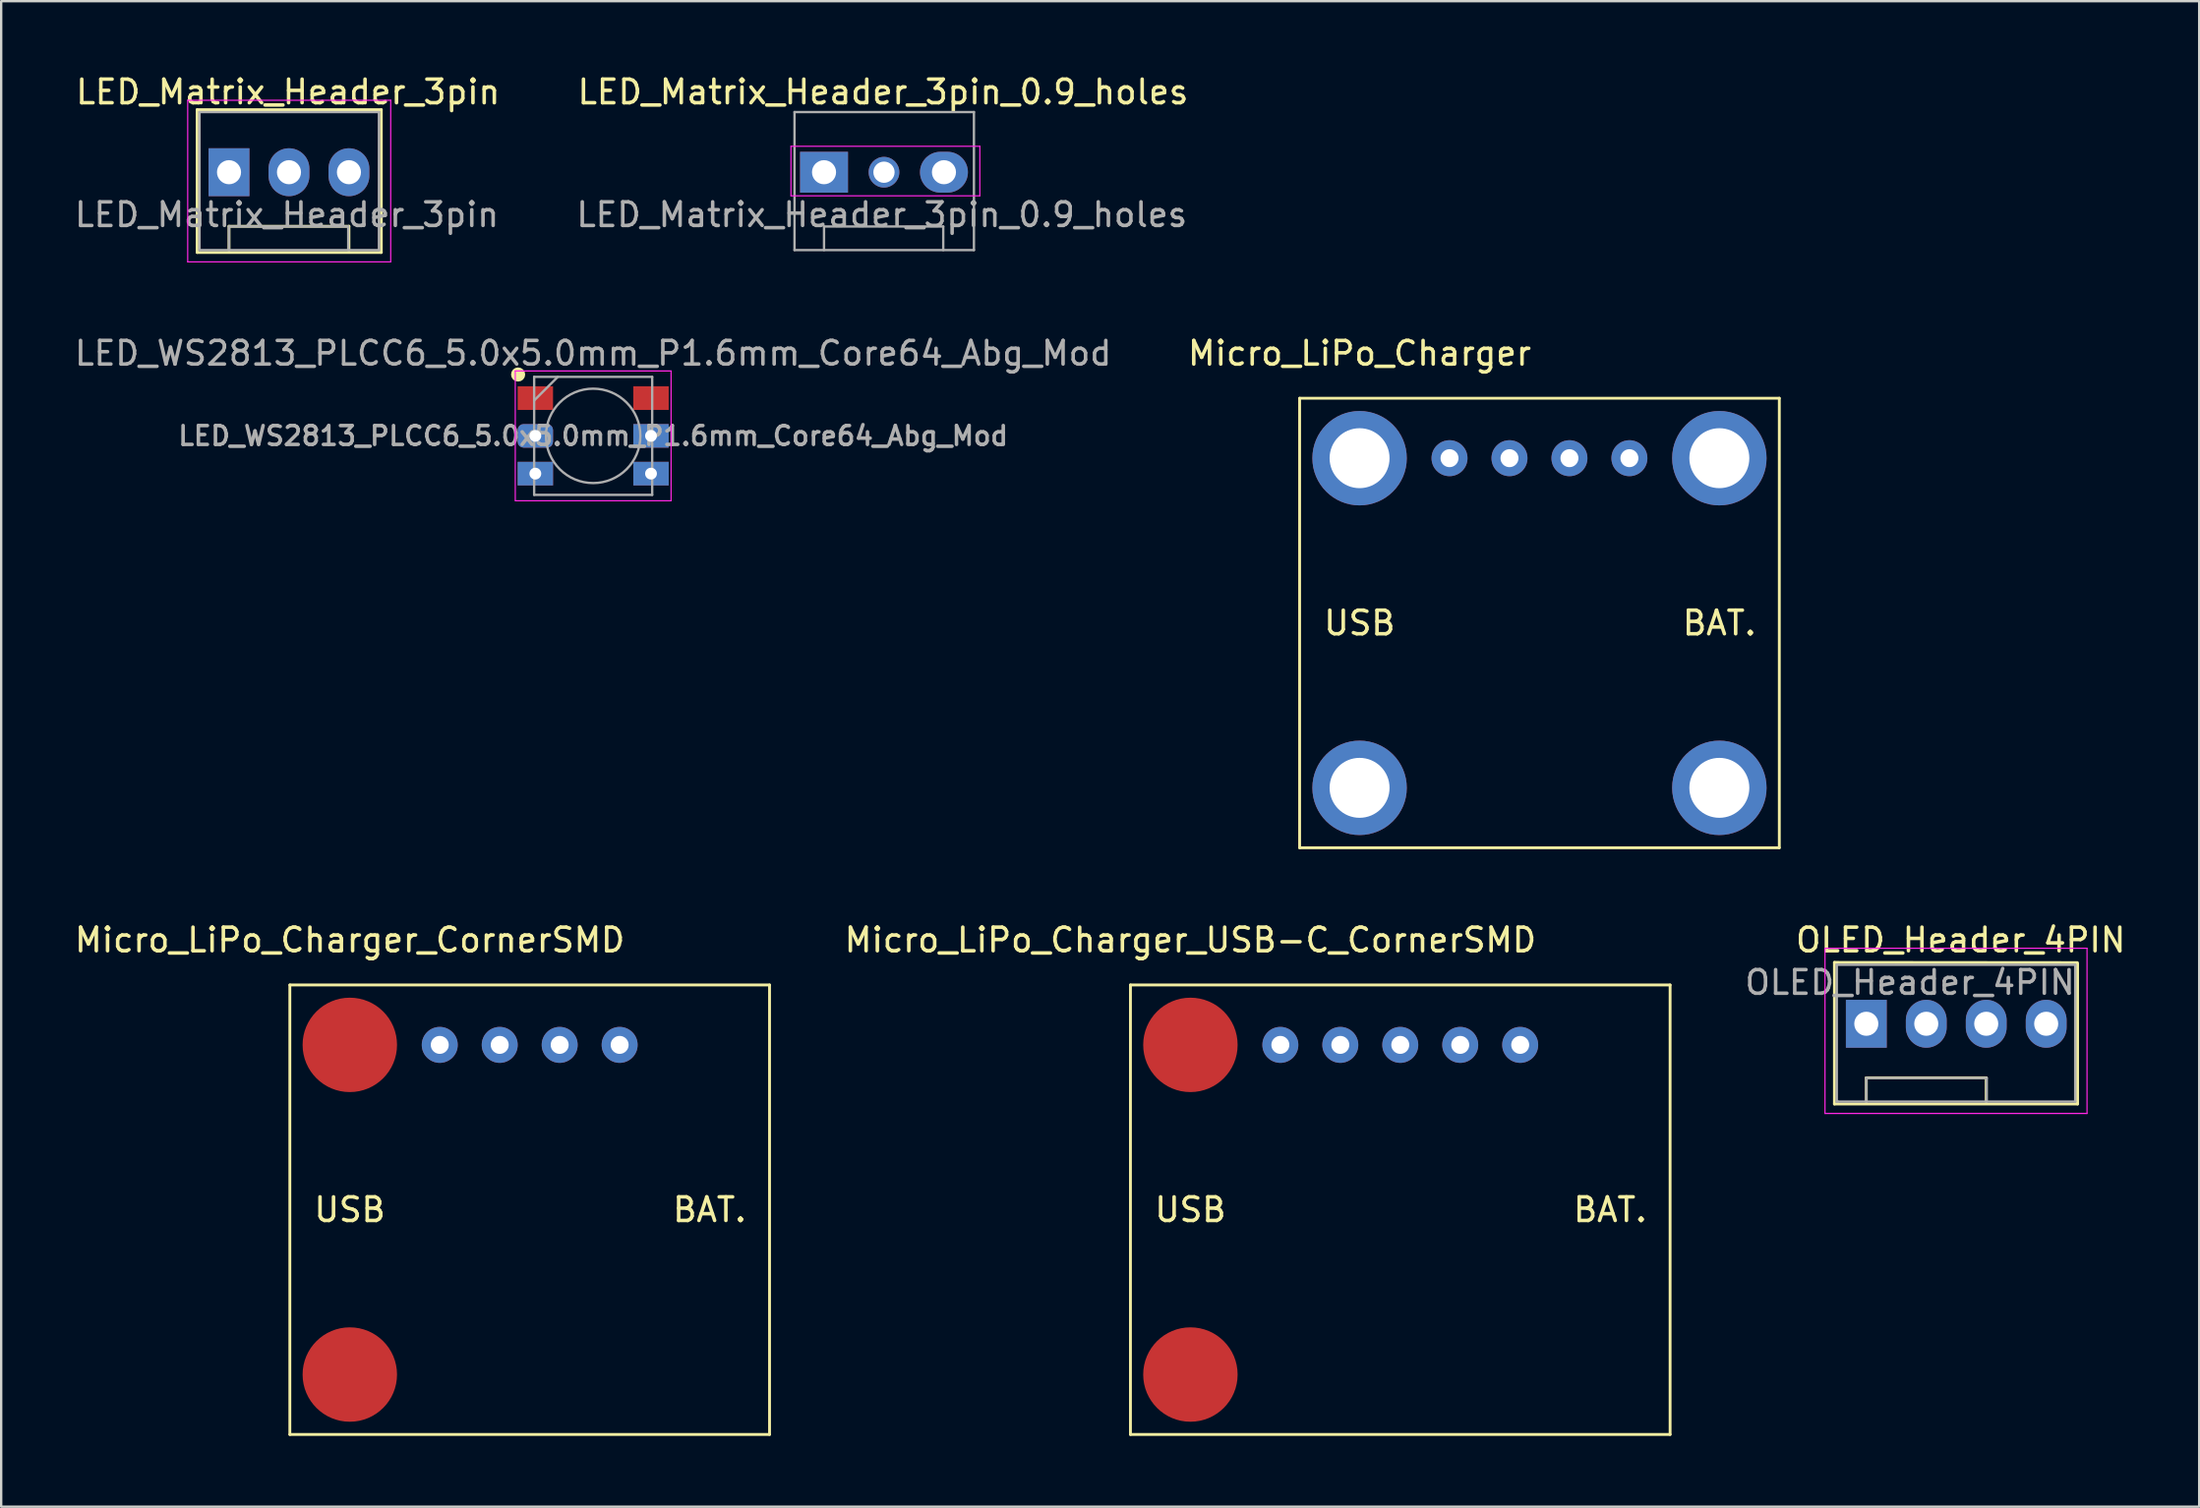
<source format=kicad_pcb>
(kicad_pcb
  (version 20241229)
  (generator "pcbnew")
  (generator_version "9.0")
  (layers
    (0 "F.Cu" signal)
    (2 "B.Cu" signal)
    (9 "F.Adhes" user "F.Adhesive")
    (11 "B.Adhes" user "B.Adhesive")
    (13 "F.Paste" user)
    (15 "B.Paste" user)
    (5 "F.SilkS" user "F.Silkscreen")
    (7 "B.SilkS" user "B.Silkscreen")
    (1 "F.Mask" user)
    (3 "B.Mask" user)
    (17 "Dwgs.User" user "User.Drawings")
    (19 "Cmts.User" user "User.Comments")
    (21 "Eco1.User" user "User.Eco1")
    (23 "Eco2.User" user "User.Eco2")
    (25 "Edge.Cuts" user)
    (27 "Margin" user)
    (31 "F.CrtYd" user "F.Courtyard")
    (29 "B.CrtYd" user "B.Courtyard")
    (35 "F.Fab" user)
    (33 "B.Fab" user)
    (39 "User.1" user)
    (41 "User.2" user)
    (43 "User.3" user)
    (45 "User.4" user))
  (footprint "OLED_Header_4PIN"
    (layer "F.Cu")
    (at 76.007 40.335)
    (property "Reference" "OLED_Header_4PIN" (at 4 -3.55 0) (layer "F.SilkS") (effects (font (size 1 1) (thickness 0.15))))
    (attr through_hole)
    (fp_line (start -1.35 -2.6) (end 8.941 -2.591) (stroke (width 0.12) (type solid)) (layer "F.SilkS"))
    (fp_line (start -1.35 3.4) (end -1.35 -2.6) (stroke (width 0.12) (type solid)) (layer "F.SilkS"))
    (fp_line (start 0 2.29) (end 5.08 2.29) (stroke (width 0.12) (type solid)) (layer "F.SilkS"))
    (fp_line (start 0 3.3) (end 0 2.29) (stroke (width 0.12) (type solid)) (layer "F.SilkS"))
    (fp_line (start 5.08 2.29) (end 5.08 3.3) (stroke (width 0.12) (type solid)) (layer "F.SilkS"))
    (fp_line (start 8.95 -2.55) (end 8.95 3.4) (stroke (width 0.12) (type solid)) (layer "F.SilkS"))
    (fp_line (start 8.95 3.4) (end -1.35 3.4) (stroke (width 0.12) (type solid)) (layer "F.SilkS"))
    (fp_line (start -1.75 3.8) (end -1.75 -3.2) (stroke (width 0.05) (type solid)) (layer "F.CrtYd"))
    (fp_line (start -1.75 3.8) (end 9.35 3.8) (stroke (width 0.05) (type solid)) (layer "F.CrtYd"))
    (fp_line (start 9.35 -3.2) (end -1.75 -3.2) (stroke (width 0.05) (type solid)) (layer "F.CrtYd"))
    (fp_line (start 9.35 -3.2) (end 9.35 3.8) (stroke (width 0.05) (type solid)) (layer "F.CrtYd"))
    (fp_line (start -1.25 -2.5) (end 8.85 -2.5) (stroke (width 0.1) (type solid)) (layer "F.Fab"))
    (fp_line (start -1.25 3.3) (end -1.25 -2.5) (stroke (width 0.1) (type solid)) (layer "F.Fab"))
    (fp_line (start -1.2 3.3) (end -1.25 3.3) (stroke (width 0.1) (type solid)) (layer "F.Fab"))
    (fp_line (start 0 2.3) (end 0 3.3) (stroke (width 0.1) (type solid)) (layer "F.Fab"))
    (fp_line (start 5.1 2.3) (end 0 2.3) (stroke (width 0.1) (type solid)) (layer "F.Fab"))
    (fp_line (start 5.1 3.3) (end 5.1 2.3) (stroke (width 0.1) (type solid)) (layer "F.Fab"))
    (fp_line (start 8.85 -2.5) (end 8.85 3.3) (stroke (width 0.1) (type solid)) (layer "F.Fab"))
    (fp_line (start 8.85 3.3) (end -1.2 3.3) (stroke (width 0.1) (type solid)) (layer "F.Fab"))
    (fp_text user "${REFERENCE}" (at 1.85 -1.75 0) (layer "F.Fab") (effects (font (size 1 1) (thickness 0.15))))
    (pad "1" thru_hole rect (at 0 0 90) (size 2.03 1.73) (drill 1.02) (layers "*.Cu" "*.Mask"))
    (pad "2" thru_hole oval (at 2.54 0 90) (size 2.03 1.73) (drill 1.02) (layers "*.Cu" "*.Mask"))
    (pad "3" thru_hole oval (at 5.08 0 90) (size 2.03 1.73) (drill 1.02) (layers "*.Cu" "*.Mask"))
    (pad "4" thru_hole oval (at 7.62 0 90) (size 2.03 1.73) (drill 1.02) (layers "*.Cu" "*.Mask")))
  (footprint "LED_WS2813_PLCC6_5.0x5.0mm_P1.6mm_Core64_Abg_Mod"
    (layer "F.Cu")
    (at 22.077 15.421)
    (property "Reference" "LED_WS2813_PLCC6_5.0x5.0mm_P1.6mm_Core64_Abg_Mod" (at 0 -3.5 0) (layer "F.Fab") (effects (font (size 1 1) (thickness 0.15))))
    (attr smd)
    (fp_circle (center -3.18 -2.6) (end -3.03 -2.6) (stroke (width 0.3) (type solid)) (fill no) (layer "F.SilkS"))
    (fp_line (start -3.3 -2.75) (end -3.3 2.73) (stroke (width 0.05) (type solid)) (layer "F.CrtYd"))
    (fp_line (start -3.3 2.75) (end 3.3 2.75) (stroke (width 0.05) (type solid)) (layer "F.CrtYd"))
    (fp_line (start 3.3 -2.75) (end -3.3 -2.75) (stroke (width 0.05) (type solid)) (layer "F.CrtYd"))
    (fp_line (start 3.3 2.75) (end 3.3 -2.75) (stroke (width 0.05) (type solid)) (layer "F.CrtYd"))
    (fp_line (start -2.5 -2.5) (end 2.5 -2.5) (stroke (width 0.1) (type solid)) (layer "F.Fab"))
    (fp_line (start -2.5 -1.5) (end -1.5 -2.5) (stroke (width 0.1) (type solid)) (layer "F.Fab"))
    (fp_line (start -2.5 2.5) (end -2.5 -2.5) (stroke (width 0.1) (type solid)) (layer "F.Fab"))
    (fp_line (start 2.5 -2.5) (end 2.5 2.5) (stroke (width 0.1) (type solid)) (layer "F.Fab"))
    (fp_line (start 2.5 2.5) (end -2.5 2.5) (stroke (width 0.1) (type solid)) (layer "F.Fab"))
    (fp_circle (center 0 0) (end 0 -2) (stroke (width 0.1) (type solid)) (fill no) (layer "F.Fab"))
    (fp_text user "${REFERENCE}" (at 0 0 0) (layer "F.Fab") (effects (font (size 0.8 0.8) (thickness 0.15))))
    (pad "1" smd rect (at -2.45 -1.6) (size 1.5 1) (layers "F.Cu" "F.Mask" "F.Paste"))
    (pad "2" thru_hole roundrect (at -2.45 0) (size 1.5 1) (drill 0.5) (layers "*.Cu" "*.Mask") (roundrect_rratio 0.25))
    (pad "3" thru_hole rect (at -2.45 1.6) (size 1.5 1) (drill 0.5) (layers "*.Cu" "*.Mask"))
    (pad "4" thru_hole rect (at 2.45 1.6) (size 1.5 1) (drill 0.5) (layers "*.Cu" "*.Mask"))
    (pad "5" thru_hole rect (at 2.45 0) (size 1.5 1) (drill 0.5) (layers "*.Cu" "*.Mask"))
    (pad "6" smd rect (at 2.45 -1.6) (size 1.5 1) (layers "F.Cu" "F.Mask" "F.Paste")))
  (footprint "LED_Matrix_Header_3pin"
    (layer "F.Cu")
    (at 6.651 4.248)
    (property "Reference" "LED_Matrix_Header_3pin" (at 2.5 -3.4 0) (layer "F.SilkS") (effects (font (size 1 1) (thickness 0.15))))
    (attr through_hole)
    (fp_line (start -1.35 -2.65) (end 6.45 -2.65) (stroke (width 0.12) (type solid)) (layer "F.SilkS"))
    (fp_line (start -1.35 3.4) (end -1.35 -2.65) (stroke (width 0.12) (type solid)) (layer "F.SilkS"))
    (fp_line (start 0 2.29) (end 5.08 2.29) (stroke (width 0.12) (type solid)) (layer "F.SilkS"))
    (fp_line (start 0 3.3) (end 0 2.29) (stroke (width 0.12) (type solid)) (layer "F.SilkS"))
    (fp_line (start 5.08 2.29) (end 5.08 3.3) (stroke (width 0.12) (type solid)) (layer "F.SilkS"))
    (fp_line (start 6.45 -2.65) (end 6.45 3.4) (stroke (width 0.12) (type solid)) (layer "F.SilkS"))
    (fp_line (start 6.45 3.4) (end -1.35 3.4) (stroke (width 0.12) (type solid)) (layer "F.SilkS"))
    (fp_line (start -1.75 3.8) (end -1.75 -3.05) (stroke (width 0.05) (type solid)) (layer "F.CrtYd"))
    (fp_line (start -1.75 3.8) (end 6.85 3.8) (stroke (width 0.05) (type solid)) (layer "F.CrtYd"))
    (fp_line (start 6.85 -3.05) (end -1.75 -3.05) (stroke (width 0.05) (type solid)) (layer "F.CrtYd"))
    (fp_line (start 6.85 -3.05) (end 6.85 3.8) (stroke (width 0.05) (type solid)) (layer "F.CrtYd"))
    (fp_line (start -1.25 -2.55) (end 6.35 -2.55) (stroke (width 0.1) (type solid)) (layer "F.Fab"))
    (fp_line (start -1.25 3.3) (end -1.25 -2.55) (stroke (width 0.1) (type solid)) (layer "F.Fab"))
    (fp_line (start 0 2.3) (end 0 3.3) (stroke (width 0.1) (type solid)) (layer "F.Fab"))
    (fp_line (start 5.05 2.3) (end 0 2.3) (stroke (width 0.1) (type solid)) (layer "F.Fab"))
    (fp_line (start 5.05 3.3) (end 5.05 2.3) (stroke (width 0.1) (type solid)) (layer "F.Fab"))
    (fp_line (start 6.35 -2.55) (end 6.35 3.3) (stroke (width 0.1) (type solid)) (layer "F.Fab"))
    (fp_line (start 6.35 3.3) (end -1.25 3.3) (stroke (width 0.1) (type solid)) (layer "F.Fab"))
    (fp_text user "${REFERENCE}" (at 2.45 1.8 0) (layer "F.Fab") (effects (font (size 1 1) (thickness 0.15))))
    (pad "1" thru_hole rect (at 0 0 90) (size 2.03 1.73) (drill 1.02) (layers "*.Cu" "*.Mask"))
    (pad "2" thru_hole oval (at 2.54 0 90) (size 2.03 1.73) (drill 1.02) (layers "*.Cu" "*.Mask"))
    (pad "3" thru_hole oval (at 5.08 0 90) (size 2.03 1.73) (drill 1.02) (layers "*.Cu" "*.Mask")))
  (footprint "LED_Matrix_Header_3pin_0.9_holes"
    (layer "F.Cu")
    (at 31.856 4.248)
    (property "Reference" "LED_Matrix_Header_3pin_0.9_holes" (at 2.5 -3.4 0) (layer "F.SilkS") (effects (font (size 1 1) (thickness 0.15))))
    (attr through_hole)
    (fp_line (start -1.4 1) (end -1.4 -1.1) (stroke (width 0.05) (type solid)) (layer "F.CrtYd"))
    (fp_line (start -1.4 1) (end 6.6 1) (stroke (width 0.05) (type solid)) (layer "F.CrtYd"))
    (fp_line (start 6.6 -1.1) (end -1.4 -1.1) (stroke (width 0.05) (type solid)) (layer "F.CrtYd"))
    (fp_line (start 6.6 -1.1) (end 6.6 1) (stroke (width 0.05) (type solid)) (layer "F.CrtYd"))
    (fp_line (start -1.25 -2.55) (end 6.35 -2.55) (stroke (width 0.1) (type solid)) (layer "F.Fab"))
    (fp_line (start -1.25 3.3) (end -1.25 -2.55) (stroke (width 0.1) (type solid)) (layer "F.Fab"))
    (fp_line (start 0 2.3) (end 0 3.3) (stroke (width 0.1) (type solid)) (layer "F.Fab"))
    (fp_line (start 5.05 2.3) (end 0 2.3) (stroke (width 0.1) (type solid)) (layer "F.Fab"))
    (fp_line (start 5.05 3.3) (end 5.05 2.3) (stroke (width 0.1) (type solid)) (layer "F.Fab"))
    (fp_line (start 6.35 -2.55) (end 6.35 3.3) (stroke (width 0.1) (type solid)) (layer "F.Fab"))
    (fp_line (start 6.35 3.3) (end -1.25 3.3) (stroke (width 0.1) (type solid)) (layer "F.Fab"))
    (fp_text user "${REFERENCE}" (at 2.45 1.8 0) (layer "F.Fab") (effects (font (size 1 1) (thickness 0.15))))
    (pad "1" thru_hole rect (at 0 0 180) (size 2.03 1.73) (drill 1.02) (layers "*.Cu" "*.Mask"))
    (pad "2" thru_hole circle (at 2.54 0 90) (size 1.3 1.3) (drill 0.9) (layers "*.Cu" "*.Mask"))
    (pad "3" thru_hole oval (at 5.08 0 180) (size 2.03 1.73) (drill 1.02) (layers "*.Cu" "*.Mask")))
  (footprint "Micro_LiPo_Charger_USB-C_CornerSMD"
    (layer "F.Cu")
    (at 54.996 48.215)
    (property "Reference" "Micro_LiPo_Charger_USB-C_CornerSMD" (at -7.62 -11.43 0) (layer "F.SilkS") (effects (font (size 1 1) (thickness 0.15))))
    (attr through_hole)
    (fp_line (start -10.16 -9.525) (end 12.7 -9.525) (stroke (width 0.12) (type solid)) (layer "F.SilkS"))
    (fp_line (start -10.16 9.525) (end -10.16 -9.525) (stroke (width 0.12) (type solid)) (layer "F.SilkS"))
    (fp_line (start 12.7 -9.525) (end 12.7 9.525) (stroke (width 0.12) (type solid)) (layer "F.SilkS"))
    (fp_line (start 12.7 9.525) (end -10.16 9.525) (stroke (width 0.12) (type solid)) (layer "F.SilkS"))
    (fp_text user "BAT." (at 10.16 0 0) (layer "F.SilkS") (effects (font (size 1 1) (thickness 0.15))))
    (fp_text user "USB" (at -7.62 0 0) (layer "F.SilkS") (effects (font (size 1 1) (thickness 0.15))))
    (pad "" smd circle (at -7.62 -6.985) (size 4 4) (layers "F.Cu" "F.Mask" "F.Paste"))
    (pad "" smd circle (at -7.62 6.985) (size 4 4) (layers "F.Cu" "F.Mask" "F.Paste"))
    (pad "1" thru_hole circle (at -3.81 -6.985) (size 1.524 1.524) (drill 0.762) (layers "*.Cu" "*.Mask"))
    (pad "2" thru_hole circle (at -1.27 -6.985) (size 1.524 1.524) (drill 0.762) (layers "*.Cu" "*.Mask"))
    (pad "3" thru_hole circle (at 1.27 -6.985) (size 1.524 1.524) (drill 0.762) (layers "*.Cu" "*.Mask"))
    (pad "4" thru_hole circle (at 3.81 -6.985) (size 1.524 1.524) (drill 0.762) (layers "*.Cu" "*.Mask"))
    (pad "5" thru_hole circle (at 6.35 -6.985) (size 1.524 1.524) (drill 0.762) (layers "*.Cu" "*.Mask")))
  (footprint "Micro_LiPo_Charger_CornerSMD"
    (layer "F.Cu")
    (at 19.388 48.215)
    (property "Reference" "Micro_LiPo_Charger_CornerSMD" (at -7.62 -11.43 0) (layer "F.SilkS") (effects (font (size 1 1) (thickness 0.15))))
    (attr through_hole)
    (fp_line (start -10.16 -9.525) (end 10.16 -9.525) (stroke (width 0.12) (type solid)) (layer "F.SilkS"))
    (fp_line (start -10.16 9.525) (end -10.16 -9.525) (stroke (width 0.12) (type solid)) (layer "F.SilkS"))
    (fp_line (start 10.16 -9.525) (end 10.16 9.525) (stroke (width 0.12) (type solid)) (layer "F.SilkS"))
    (fp_line (start 10.16 9.525) (end -10.16 9.525) (stroke (width 0.12) (type solid)) (layer "F.SilkS"))
    (fp_text user "USB" (at -7.62 0 0) (layer "F.SilkS") (effects (font (size 1 1) (thickness 0.15))))
    (fp_text user "BAT." (at 7.62 0 0) (layer "F.SilkS") (effects (font (size 1 1) (thickness 0.15))))
    (pad "" smd circle (at -7.62 -6.985) (size 4 4) (layers "F.Cu" "F.Mask" "F.Paste"))
    (pad "" smd circle (at -7.62 6.985) (size 4 4) (layers "F.Cu" "F.Mask" "F.Paste"))
    (pad "1" thru_hole circle (at -3.81 -6.985) (size 1.524 1.524) (drill 0.762) (layers "*.Cu" "*.Mask"))
    (pad "2" thru_hole circle (at -1.27 -6.985) (size 1.524 1.524) (drill 0.762) (layers "*.Cu" "*.Mask"))
    (pad "3" thru_hole circle (at 1.27 -6.985) (size 1.524 1.524) (drill 0.762) (layers "*.Cu" "*.Mask"))
    (pad "4" thru_hole circle (at 3.81 -6.985) (size 1.524 1.524) (drill 0.762) (layers "*.Cu" "*.Mask")))
  (footprint "Micro_LiPo_Charger"
    (layer "F.Cu")
    (at 62.162 23.352)
    (property "Reference" "Micro_LiPo_Charger" (at -7.62 -11.43 0) (layer "F.SilkS") (effects (font (size 1 1) (thickness 0.15))))
    (attr through_hole)
    (fp_line (start -10.16 -9.525) (end 10.16 -9.525) (stroke (width 0.12) (type solid)) (layer "F.SilkS"))
    (fp_line (start -10.16 9.525) (end -10.16 -9.525) (stroke (width 0.12) (type solid)) (layer "F.SilkS"))
    (fp_line (start 10.16 -9.525) (end 10.16 9.525) (stroke (width 0.12) (type solid)) (layer "F.SilkS"))
    (fp_line (start 10.16 9.525) (end -10.16 9.525) (stroke (width 0.12) (type solid)) (layer "F.SilkS"))
    (fp_text user "BAT." (at 7.62 0 0) (layer "F.SilkS") (effects (font (size 1 1) (thickness 0.15))))
    (fp_text user "USB" (at -7.62 0 0) (layer "F.SilkS") (effects (font (size 1 1) (thickness 0.15))))
    (pad "" thru_hole circle (at -7.62 -6.985) (size 4 4) (drill 2.54) (layers "*.Cu" "*.Mask"))
    (pad "" thru_hole circle (at -7.62 6.985) (size 4 4) (drill 2.54) (layers "*.Cu" "*.Mask"))
    (pad "" thru_hole circle (at 7.62 -6.985) (size 4 4) (drill 2.54) (layers "*.Cu" "*.Mask"))
    (pad "" thru_hole circle (at 7.62 6.985) (size 4 4) (drill 2.54) (layers "*.Cu" "*.Mask"))
    (pad "1" thru_hole circle (at -3.81 -6.985) (size 1.524 1.524) (drill 0.762) (layers "*.Cu" "*.Mask"))
    (pad "2" thru_hole circle (at -1.27 -6.985) (size 1.524 1.524) (drill 0.762) (layers "*.Cu" "*.Mask"))
    (pad "3" thru_hole circle (at 1.27 -6.985) (size 1.524 1.524) (drill 0.762) (layers "*.Cu" "*.Mask"))
    (pad "4" thru_hole circle (at 3.81 -6.985) (size 1.524 1.524) (drill 0.762) (layers "*.Cu" "*.Mask")))
  (gr_rect
    (start -3 -3)
    (end 90.108 60.8)
    (stroke (width 0.1) (type default))
    (fill no)
    (layer "Edge.Cuts")))
</source>
